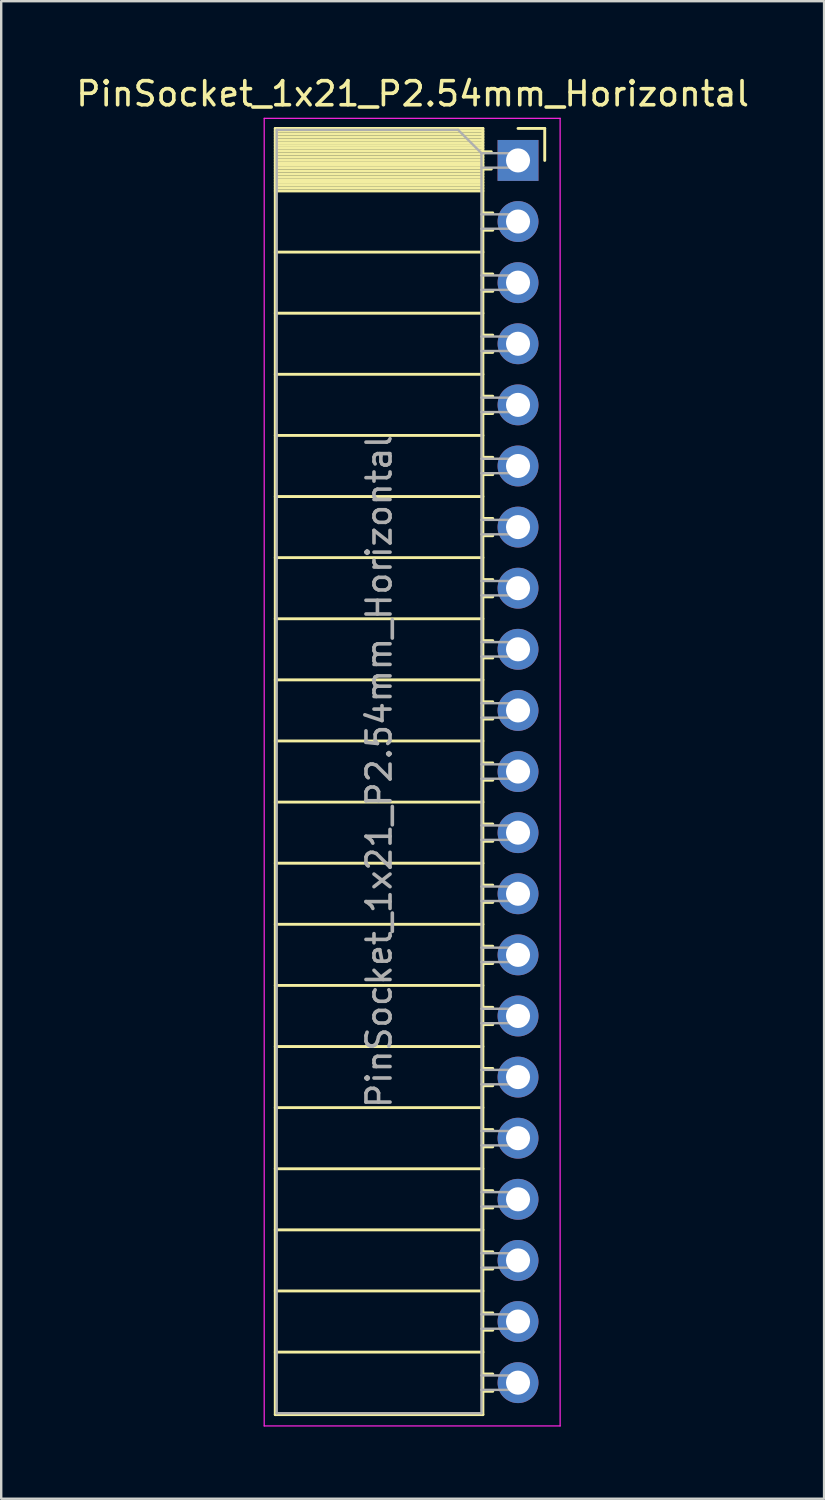
<source format=kicad_pcb>
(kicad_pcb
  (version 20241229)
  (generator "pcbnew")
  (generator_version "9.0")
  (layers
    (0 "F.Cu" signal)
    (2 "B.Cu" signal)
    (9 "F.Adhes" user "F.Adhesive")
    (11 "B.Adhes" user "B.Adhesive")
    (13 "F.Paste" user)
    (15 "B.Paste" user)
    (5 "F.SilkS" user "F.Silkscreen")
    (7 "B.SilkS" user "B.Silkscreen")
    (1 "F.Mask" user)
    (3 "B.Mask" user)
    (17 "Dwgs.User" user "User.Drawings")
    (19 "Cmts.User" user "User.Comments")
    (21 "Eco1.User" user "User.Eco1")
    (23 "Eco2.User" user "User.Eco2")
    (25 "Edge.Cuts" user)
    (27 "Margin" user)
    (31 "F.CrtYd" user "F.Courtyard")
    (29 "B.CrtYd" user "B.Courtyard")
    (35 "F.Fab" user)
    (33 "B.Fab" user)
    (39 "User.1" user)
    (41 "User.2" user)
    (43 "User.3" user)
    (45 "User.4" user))
  (footprint "PinSocket_1x21_P2.54mm_Horizontal"
    (layer "F.Cu")
    (at 18.481 3.618)
    (property "Reference" "PinSocket_1x21_P2.54mm_Horizontal" (at -4.38 -2.77 0) (layer "F.SilkS") (effects (font (size 1 1) (thickness 0.15))))
    (attr through_hole)
    (fp_line (start -10.09 -1.33) (end -10.09 52.13) (stroke (width 0.12) (type solid)) (layer "F.SilkS"))
    (fp_line (start -10.09 -1.33) (end -1.46 -1.33) (stroke (width 0.12) (type solid)) (layer "F.SilkS"))
    (fp_line (start -10.09 -1.21) (end -1.46 -1.21) (stroke (width 0.12) (type solid)) (layer "F.SilkS"))
    (fp_line (start -10.09 -1.092) (end -1.46 -1.092) (stroke (width 0.12) (type solid)) (layer "F.SilkS"))
    (fp_line (start -10.09 -0.974) (end -1.46 -0.974) (stroke (width 0.12) (type solid)) (layer "F.SilkS"))
    (fp_line (start -10.09 -0.856) (end -1.46 -0.856) (stroke (width 0.12) (type solid)) (layer "F.SilkS"))
    (fp_line (start -10.09 -0.738) (end -1.46 -0.738) (stroke (width 0.12) (type solid)) (layer "F.SilkS"))
    (fp_line (start -10.09 -0.62) (end -1.46 -0.62) (stroke (width 0.12) (type solid)) (layer "F.SilkS"))
    (fp_line (start -10.09 -0.501) (end -1.46 -0.501) (stroke (width 0.12) (type solid)) (layer "F.SilkS"))
    (fp_line (start -10.09 -0.383) (end -1.46 -0.383) (stroke (width 0.12) (type solid)) (layer "F.SilkS"))
    (fp_line (start -10.09 -0.265) (end -1.46 -0.265) (stroke (width 0.12) (type solid)) (layer "F.SilkS"))
    (fp_line (start -10.09 -0.147) (end -1.46 -0.147) (stroke (width 0.12) (type solid)) (layer "F.SilkS"))
    (fp_line (start -10.09 -0.029) (end -1.46 -0.029) (stroke (width 0.12) (type solid)) (layer "F.SilkS"))
    (fp_line (start -10.09 0.089) (end -1.46 0.089) (stroke (width 0.12) (type solid)) (layer "F.SilkS"))
    (fp_line (start -10.09 0.207) (end -1.46 0.207) (stroke (width 0.12) (type solid)) (layer "F.SilkS"))
    (fp_line (start -10.09 0.325) (end -1.46 0.325) (stroke (width 0.12) (type solid)) (layer "F.SilkS"))
    (fp_line (start -10.09 0.443) (end -1.46 0.443) (stroke (width 0.12) (type solid)) (layer "F.SilkS"))
    (fp_line (start -10.09 0.561) (end -1.46 0.561) (stroke (width 0.12) (type solid)) (layer "F.SilkS"))
    (fp_line (start -10.09 0.68) (end -1.46 0.68) (stroke (width 0.12) (type solid)) (layer "F.SilkS"))
    (fp_line (start -10.09 0.798) (end -1.46 0.798) (stroke (width 0.12) (type solid)) (layer "F.SilkS"))
    (fp_line (start -10.09 0.916) (end -1.46 0.916) (stroke (width 0.12) (type solid)) (layer "F.SilkS"))
    (fp_line (start -10.09 1.034) (end -1.46 1.034) (stroke (width 0.12) (type solid)) (layer "F.SilkS"))
    (fp_line (start -10.09 1.152) (end -1.46 1.152) (stroke (width 0.12) (type solid)) (layer "F.SilkS"))
    (fp_line (start -10.09 1.27) (end -1.46 1.27) (stroke (width 0.12) (type solid)) (layer "F.SilkS"))
    (fp_line (start -10.09 3.81) (end -1.46 3.81) (stroke (width 0.12) (type solid)) (layer "F.SilkS"))
    (fp_line (start -10.09 6.35) (end -1.46 6.35) (stroke (width 0.12) (type solid)) (layer "F.SilkS"))
    (fp_line (start -10.09 8.89) (end -1.46 8.89) (stroke (width 0.12) (type solid)) (layer "F.SilkS"))
    (fp_line (start -10.09 11.43) (end -1.46 11.43) (stroke (width 0.12) (type solid)) (layer "F.SilkS"))
    (fp_line (start -10.09 13.97) (end -1.46 13.97) (stroke (width 0.12) (type solid)) (layer "F.SilkS"))
    (fp_line (start -10.09 16.51) (end -1.46 16.51) (stroke (width 0.12) (type solid)) (layer "F.SilkS"))
    (fp_line (start -10.09 19.05) (end -1.46 19.05) (stroke (width 0.12) (type solid)) (layer "F.SilkS"))
    (fp_line (start -10.09 21.59) (end -1.46 21.59) (stroke (width 0.12) (type solid)) (layer "F.SilkS"))
    (fp_line (start -10.09 24.13) (end -1.46 24.13) (stroke (width 0.12) (type solid)) (layer "F.SilkS"))
    (fp_line (start -10.09 26.67) (end -1.46 26.67) (stroke (width 0.12) (type solid)) (layer "F.SilkS"))
    (fp_line (start -10.09 29.21) (end -1.46 29.21) (stroke (width 0.12) (type solid)) (layer "F.SilkS"))
    (fp_line (start -10.09 31.75) (end -1.46 31.75) (stroke (width 0.12) (type solid)) (layer "F.SilkS"))
    (fp_line (start -10.09 34.29) (end -1.46 34.29) (stroke (width 0.12) (type solid)) (layer "F.SilkS"))
    (fp_line (start -10.09 36.83) (end -1.46 36.83) (stroke (width 0.12) (type solid)) (layer "F.SilkS"))
    (fp_line (start -10.09 39.37) (end -1.46 39.37) (stroke (width 0.12) (type solid)) (layer "F.SilkS"))
    (fp_line (start -10.09 41.91) (end -1.46 41.91) (stroke (width 0.12) (type solid)) (layer "F.SilkS"))
    (fp_line (start -10.09 44.45) (end -1.46 44.45) (stroke (width 0.12) (type solid)) (layer "F.SilkS"))
    (fp_line (start -10.09 46.99) (end -1.46 46.99) (stroke (width 0.12) (type solid)) (layer "F.SilkS"))
    (fp_line (start -10.09 49.53) (end -1.46 49.53) (stroke (width 0.12) (type solid)) (layer "F.SilkS"))
    (fp_line (start -10.09 52.13) (end -1.46 52.13) (stroke (width 0.12) (type solid)) (layer "F.SilkS"))
    (fp_line (start -1.46 -1.33) (end -1.46 52.13) (stroke (width 0.12) (type solid)) (layer "F.SilkS"))
    (fp_line (start -1.46 -0.36) (end -1.11 -0.36) (stroke (width 0.12) (type solid)) (layer "F.SilkS"))
    (fp_line (start -1.46 0.36) (end -1.11 0.36) (stroke (width 0.12) (type solid)) (layer "F.SilkS"))
    (fp_line (start -1.46 2.18) (end -1.05 2.18) (stroke (width 0.12) (type solid)) (layer "F.SilkS"))
    (fp_line (start -1.46 2.9) (end -1.05 2.9) (stroke (width 0.12) (type solid)) (layer "F.SilkS"))
    (fp_line (start -1.46 4.72) (end -1.05 4.72) (stroke (width 0.12) (type solid)) (layer "F.SilkS"))
    (fp_line (start -1.46 5.44) (end -1.05 5.44) (stroke (width 0.12) (type solid)) (layer "F.SilkS"))
    (fp_line (start -1.46 7.26) (end -1.05 7.26) (stroke (width 0.12) (type solid)) (layer "F.SilkS"))
    (fp_line (start -1.46 7.98) (end -1.05 7.98) (stroke (width 0.12) (type solid)) (layer "F.SilkS"))
    (fp_line (start -1.46 9.8) (end -1.05 9.8) (stroke (width 0.12) (type solid)) (layer "F.SilkS"))
    (fp_line (start -1.46 10.52) (end -1.05 10.52) (stroke (width 0.12) (type solid)) (layer "F.SilkS"))
    (fp_line (start -1.46 12.34) (end -1.05 12.34) (stroke (width 0.12) (type solid)) (layer "F.SilkS"))
    (fp_line (start -1.46 13.06) (end -1.05 13.06) (stroke (width 0.12) (type solid)) (layer "F.SilkS"))
    (fp_line (start -1.46 14.88) (end -1.05 14.88) (stroke (width 0.12) (type solid)) (layer "F.SilkS"))
    (fp_line (start -1.46 15.6) (end -1.05 15.6) (stroke (width 0.12) (type solid)) (layer "F.SilkS"))
    (fp_line (start -1.46 17.42) (end -1.05 17.42) (stroke (width 0.12) (type solid)) (layer "F.SilkS"))
    (fp_line (start -1.46 18.14) (end -1.05 18.14) (stroke (width 0.12) (type solid)) (layer "F.SilkS"))
    (fp_line (start -1.46 19.96) (end -1.05 19.96) (stroke (width 0.12) (type solid)) (layer "F.SilkS"))
    (fp_line (start -1.46 20.68) (end -1.05 20.68) (stroke (width 0.12) (type solid)) (layer "F.SilkS"))
    (fp_line (start -1.46 22.5) (end -1.05 22.5) (stroke (width 0.12) (type solid)) (layer "F.SilkS"))
    (fp_line (start -1.46 23.22) (end -1.05 23.22) (stroke (width 0.12) (type solid)) (layer "F.SilkS"))
    (fp_line (start -1.46 25.04) (end -1.05 25.04) (stroke (width 0.12) (type solid)) (layer "F.SilkS"))
    (fp_line (start -1.46 25.76) (end -1.05 25.76) (stroke (width 0.12) (type solid)) (layer "F.SilkS"))
    (fp_line (start -1.46 27.58) (end -1.05 27.58) (stroke (width 0.12) (type solid)) (layer "F.SilkS"))
    (fp_line (start -1.46 28.3) (end -1.05 28.3) (stroke (width 0.12) (type solid)) (layer "F.SilkS"))
    (fp_line (start -1.46 30.12) (end -1.05 30.12) (stroke (width 0.12) (type solid)) (layer "F.SilkS"))
    (fp_line (start -1.46 30.84) (end -1.05 30.84) (stroke (width 0.12) (type solid)) (layer "F.SilkS"))
    (fp_line (start -1.46 32.66) (end -1.05 32.66) (stroke (width 0.12) (type solid)) (layer "F.SilkS"))
    (fp_line (start -1.46 33.38) (end -1.05 33.38) (stroke (width 0.12) (type solid)) (layer "F.SilkS"))
    (fp_line (start -1.46 35.2) (end -1.05 35.2) (stroke (width 0.12) (type solid)) (layer "F.SilkS"))
    (fp_line (start -1.46 35.92) (end -1.05 35.92) (stroke (width 0.12) (type solid)) (layer "F.SilkS"))
    (fp_line (start -1.46 37.74) (end -1.05 37.74) (stroke (width 0.12) (type solid)) (layer "F.SilkS"))
    (fp_line (start -1.46 38.46) (end -1.05 38.46) (stroke (width 0.12) (type solid)) (layer "F.SilkS"))
    (fp_line (start -1.46 40.28) (end -1.05 40.28) (stroke (width 0.12) (type solid)) (layer "F.SilkS"))
    (fp_line (start -1.46 41) (end -1.05 41) (stroke (width 0.12) (type solid)) (layer "F.SilkS"))
    (fp_line (start -1.46 42.82) (end -1.05 42.82) (stroke (width 0.12) (type solid)) (layer "F.SilkS"))
    (fp_line (start -1.46 43.54) (end -1.05 43.54) (stroke (width 0.12) (type solid)) (layer "F.SilkS"))
    (fp_line (start -1.46 45.36) (end -1.05 45.36) (stroke (width 0.12) (type solid)) (layer "F.SilkS"))
    (fp_line (start -1.46 46.08) (end -1.05 46.08) (stroke (width 0.12) (type solid)) (layer "F.SilkS"))
    (fp_line (start -1.46 47.9) (end -1.05 47.9) (stroke (width 0.12) (type solid)) (layer "F.SilkS"))
    (fp_line (start -1.46 48.62) (end -1.05 48.62) (stroke (width 0.12) (type solid)) (layer "F.SilkS"))
    (fp_line (start -1.46 50.44) (end -1.05 50.44) (stroke (width 0.12) (type solid)) (layer "F.SilkS"))
    (fp_line (start -1.46 51.16) (end -1.05 51.16) (stroke (width 0.12) (type solid)) (layer "F.SilkS"))
    (fp_line (start 0 -1.33) (end 1.11 -1.33) (stroke (width 0.12) (type solid)) (layer "F.SilkS"))
    (fp_line (start 1.11 -1.33) (end 1.11 0) (stroke (width 0.12) (type solid)) (layer "F.SilkS"))
    (fp_line (start -10.55 -1.75) (end -10.55 52.6) (stroke (width 0.05) (type solid)) (layer "F.CrtYd"))
    (fp_line (start -10.55 52.6) (end 1.75 52.6) (stroke (width 0.05) (type solid)) (layer "F.CrtYd"))
    (fp_line (start 1.75 -1.75) (end -10.55 -1.75) (stroke (width 0.05) (type solid)) (layer "F.CrtYd"))
    (fp_line (start 1.75 52.6) (end 1.75 -1.75) (stroke (width 0.05) (type solid)) (layer "F.CrtYd"))
    (fp_line (start -10.03 -1.27) (end -2.49 -1.27) (stroke (width 0.1) (type solid)) (layer "F.Fab"))
    (fp_line (start -10.03 52.07) (end -10.03 -1.27) (stroke (width 0.1) (type solid)) (layer "F.Fab"))
    (fp_line (start -2.49 -1.27) (end -1.52 -0.3) (stroke (width 0.1) (type solid)) (layer "F.Fab"))
    (fp_line (start -1.52 -0.3) (end -1.52 52.07) (stroke (width 0.1) (type solid)) (layer "F.Fab"))
    (fp_line (start -1.52 0.3) (end 0 0.3) (stroke (width 0.1) (type solid)) (layer "F.Fab"))
    (fp_line (start -1.52 2.84) (end 0 2.84) (stroke (width 0.1) (type solid)) (layer "F.Fab"))
    (fp_line (start -1.52 5.38) (end 0 5.38) (stroke (width 0.1) (type solid)) (layer "F.Fab"))
    (fp_line (start -1.52 7.92) (end 0 7.92) (stroke (width 0.1) (type solid)) (layer "F.Fab"))
    (fp_line (start -1.52 10.46) (end 0 10.46) (stroke (width 0.1) (type solid)) (layer "F.Fab"))
    (fp_line (start -1.52 13) (end 0 13) (stroke (width 0.1) (type solid)) (layer "F.Fab"))
    (fp_line (start -1.52 15.54) (end 0 15.54) (stroke (width 0.1) (type solid)) (layer "F.Fab"))
    (fp_line (start -1.52 18.08) (end 0 18.08) (stroke (width 0.1) (type solid)) (layer "F.Fab"))
    (fp_line (start -1.52 20.62) (end 0 20.62) (stroke (width 0.1) (type solid)) (layer "F.Fab"))
    (fp_line (start -1.52 23.16) (end 0 23.16) (stroke (width 0.1) (type solid)) (layer "F.Fab"))
    (fp_line (start -1.52 25.7) (end 0 25.7) (stroke (width 0.1) (type solid)) (layer "F.Fab"))
    (fp_line (start -1.52 28.24) (end 0 28.24) (stroke (width 0.1) (type solid)) (layer "F.Fab"))
    (fp_line (start -1.52 30.78) (end 0 30.78) (stroke (width 0.1) (type solid)) (layer "F.Fab"))
    (fp_line (start -1.52 33.32) (end 0 33.32) (stroke (width 0.1) (type solid)) (layer "F.Fab"))
    (fp_line (start -1.52 35.86) (end 0 35.86) (stroke (width 0.1) (type solid)) (layer "F.Fab"))
    (fp_line (start -1.52 38.4) (end 0 38.4) (stroke (width 0.1) (type solid)) (layer "F.Fab"))
    (fp_line (start -1.52 40.94) (end 0 40.94) (stroke (width 0.1) (type solid)) (layer "F.Fab"))
    (fp_line (start -1.52 43.48) (end 0 43.48) (stroke (width 0.1) (type solid)) (layer "F.Fab"))
    (fp_line (start -1.52 46.02) (end 0 46.02) (stroke (width 0.1) (type solid)) (layer "F.Fab"))
    (fp_line (start -1.52 48.56) (end 0 48.56) (stroke (width 0.1) (type solid)) (layer "F.Fab"))
    (fp_line (start -1.52 51.1) (end 0 51.1) (stroke (width 0.1) (type solid)) (layer "F.Fab"))
    (fp_line (start -1.52 52.07) (end -10.03 52.07) (stroke (width 0.1) (type solid)) (layer "F.Fab"))
    (fp_line (start 0 -0.3) (end -1.52 -0.3) (stroke (width 0.1) (type solid)) (layer "F.Fab"))
    (fp_line (start 0 0.3) (end 0 -0.3) (stroke (width 0.1) (type solid)) (layer "F.Fab"))
    (fp_line (start 0 2.24) (end -1.52 2.24) (stroke (width 0.1) (type solid)) (layer "F.Fab"))
    (fp_line (start 0 2.84) (end 0 2.24) (stroke (width 0.1) (type solid)) (layer "F.Fab"))
    (fp_line (start 0 4.78) (end -1.52 4.78) (stroke (width 0.1) (type solid)) (layer "F.Fab"))
    (fp_line (start 0 5.38) (end 0 4.78) (stroke (width 0.1) (type solid)) (layer "F.Fab"))
    (fp_line (start 0 7.32) (end -1.52 7.32) (stroke (width 0.1) (type solid)) (layer "F.Fab"))
    (fp_line (start 0 7.92) (end 0 7.32) (stroke (width 0.1) (type solid)) (layer "F.Fab"))
    (fp_line (start 0 9.86) (end -1.52 9.86) (stroke (width 0.1) (type solid)) (layer "F.Fab"))
    (fp_line (start 0 10.46) (end 0 9.86) (stroke (width 0.1) (type solid)) (layer "F.Fab"))
    (fp_line (start 0 12.4) (end -1.52 12.4) (stroke (width 0.1) (type solid)) (layer "F.Fab"))
    (fp_line (start 0 13) (end 0 12.4) (stroke (width 0.1) (type solid)) (layer "F.Fab"))
    (fp_line (start 0 14.94) (end -1.52 14.94) (stroke (width 0.1) (type solid)) (layer "F.Fab"))
    (fp_line (start 0 15.54) (end 0 14.94) (stroke (width 0.1) (type solid)) (layer "F.Fab"))
    (fp_line (start 0 17.48) (end -1.52 17.48) (stroke (width 0.1) (type solid)) (layer "F.Fab"))
    (fp_line (start 0 18.08) (end 0 17.48) (stroke (width 0.1) (type solid)) (layer "F.Fab"))
    (fp_line (start 0 20.02) (end -1.52 20.02) (stroke (width 0.1) (type solid)) (layer "F.Fab"))
    (fp_line (start 0 20.62) (end 0 20.02) (stroke (width 0.1) (type solid)) (layer "F.Fab"))
    (fp_line (start 0 22.56) (end -1.52 22.56) (stroke (width 0.1) (type solid)) (layer "F.Fab"))
    (fp_line (start 0 23.16) (end 0 22.56) (stroke (width 0.1) (type solid)) (layer "F.Fab"))
    (fp_line (start 0 25.1) (end -1.52 25.1) (stroke (width 0.1) (type solid)) (layer "F.Fab"))
    (fp_line (start 0 25.7) (end 0 25.1) (stroke (width 0.1) (type solid)) (layer "F.Fab"))
    (fp_line (start 0 27.64) (end -1.52 27.64) (stroke (width 0.1) (type solid)) (layer "F.Fab"))
    (fp_line (start 0 28.24) (end 0 27.64) (stroke (width 0.1) (type solid)) (layer "F.Fab"))
    (fp_line (start 0 30.18) (end -1.52 30.18) (stroke (width 0.1) (type solid)) (layer "F.Fab"))
    (fp_line (start 0 30.78) (end 0 30.18) (stroke (width 0.1) (type solid)) (layer "F.Fab"))
    (fp_line (start 0 32.72) (end -1.52 32.72) (stroke (width 0.1) (type solid)) (layer "F.Fab"))
    (fp_line (start 0 33.32) (end 0 32.72) (stroke (width 0.1) (type solid)) (layer "F.Fab"))
    (fp_line (start 0 35.26) (end -1.52 35.26) (stroke (width 0.1) (type solid)) (layer "F.Fab"))
    (fp_line (start 0 35.86) (end 0 35.26) (stroke (width 0.1) (type solid)) (layer "F.Fab"))
    (fp_line (start 0 37.8) (end -1.52 37.8) (stroke (width 0.1) (type solid)) (layer "F.Fab"))
    (fp_line (start 0 38.4) (end 0 37.8) (stroke (width 0.1) (type solid)) (layer "F.Fab"))
    (fp_line (start 0 40.34) (end -1.52 40.34) (stroke (width 0.1) (type solid)) (layer "F.Fab"))
    (fp_line (start 0 40.94) (end 0 40.34) (stroke (width 0.1) (type solid)) (layer "F.Fab"))
    (fp_line (start 0 42.88) (end -1.52 42.88) (stroke (width 0.1) (type solid)) (layer "F.Fab"))
    (fp_line (start 0 43.48) (end 0 42.88) (stroke (width 0.1) (type solid)) (layer "F.Fab"))
    (fp_line (start 0 45.42) (end -1.52 45.42) (stroke (width 0.1) (type solid)) (layer "F.Fab"))
    (fp_line (start 0 46.02) (end 0 45.42) (stroke (width 0.1) (type solid)) (layer "F.Fab"))
    (fp_line (start 0 47.96) (end -1.52 47.96) (stroke (width 0.1) (type solid)) (layer "F.Fab"))
    (fp_line (start 0 48.56) (end 0 47.96) (stroke (width 0.1) (type solid)) (layer "F.Fab"))
    (fp_line (start 0 50.5) (end -1.52 50.5) (stroke (width 0.1) (type solid)) (layer "F.Fab"))
    (fp_line (start 0 51.1) (end 0 50.5) (stroke (width 0.1) (type solid)) (layer "F.Fab"))
    (fp_text user "${REFERENCE}" (at -5.775 25.4 90) (layer "F.Fab") (effects (font (size 1 1) (thickness 0.15))))
    (pad "1" thru_hole rect (at 0 0) (size 1.7 1.7) (drill 1) (layers "*.Cu" "*.Mask"))
    (pad "2" thru_hole circle (at 0 2.54) (size 1.7 1.7) (drill 1) (layers "*.Cu" "*.Mask"))
    (pad "3" thru_hole circle (at 0 5.08) (size 1.7 1.7) (drill 1) (layers "*.Cu" "*.Mask"))
    (pad "4" thru_hole circle (at 0 7.62) (size 1.7 1.7) (drill 1) (layers "*.Cu" "*.Mask"))
    (pad "5" thru_hole circle (at 0 10.16) (size 1.7 1.7) (drill 1) (layers "*.Cu" "*.Mask"))
    (pad "6" thru_hole circle (at 0 12.7) (size 1.7 1.7) (drill 1) (layers "*.Cu" "*.Mask"))
    (pad "7" thru_hole circle (at 0 15.24) (size 1.7 1.7) (drill 1) (layers "*.Cu" "*.Mask"))
    (pad "8" thru_hole circle (at 0 17.78) (size 1.7 1.7) (drill 1) (layers "*.Cu" "*.Mask"))
    (pad "9" thru_hole circle (at 0 20.32) (size 1.7 1.7) (drill 1) (layers "*.Cu" "*.Mask"))
    (pad "10" thru_hole circle (at 0 22.86) (size 1.7 1.7) (drill 1) (layers "*.Cu" "*.Mask"))
    (pad "11" thru_hole circle (at 0 25.4) (size 1.7 1.7) (drill 1) (layers "*.Cu" "*.Mask"))
    (pad "12" thru_hole circle (at 0 27.94) (size 1.7 1.7) (drill 1) (layers "*.Cu" "*.Mask"))
    (pad "13" thru_hole circle (at 0 30.48) (size 1.7 1.7) (drill 1) (layers "*.Cu" "*.Mask"))
    (pad "14" thru_hole circle (at 0 33.02) (size 1.7 1.7) (drill 1) (layers "*.Cu" "*.Mask"))
    (pad "15" thru_hole circle (at 0 35.56) (size 1.7 1.7) (drill 1) (layers "*.Cu" "*.Mask"))
    (pad "16" thru_hole circle (at 0 38.1) (size 1.7 1.7) (drill 1) (layers "*.Cu" "*.Mask"))
    (pad "17" thru_hole circle (at 0 40.64) (size 1.7 1.7) (drill 1) (layers "*.Cu" "*.Mask"))
    (pad "18" thru_hole circle (at 0 43.18) (size 1.7 1.7) (drill 1) (layers "*.Cu" "*.Mask"))
    (pad "19" thru_hole circle (at 0 45.72) (size 1.7 1.7) (drill 1) (layers "*.Cu" "*.Mask"))
    (pad "20" thru_hole circle (at 0 48.26) (size 1.7 1.7) (drill 1) (layers "*.Cu" "*.Mask"))
    (pad "21" thru_hole circle (at 0 50.8) (size 1.7 1.7) (drill 1) (layers "*.Cu" "*.Mask")))
  (gr_rect
    (start -3 -3)
    (end 31.202 59.243)
    (stroke (width 0.1) (type default))
    (fill no)
    (layer "Edge.Cuts")))
</source>
